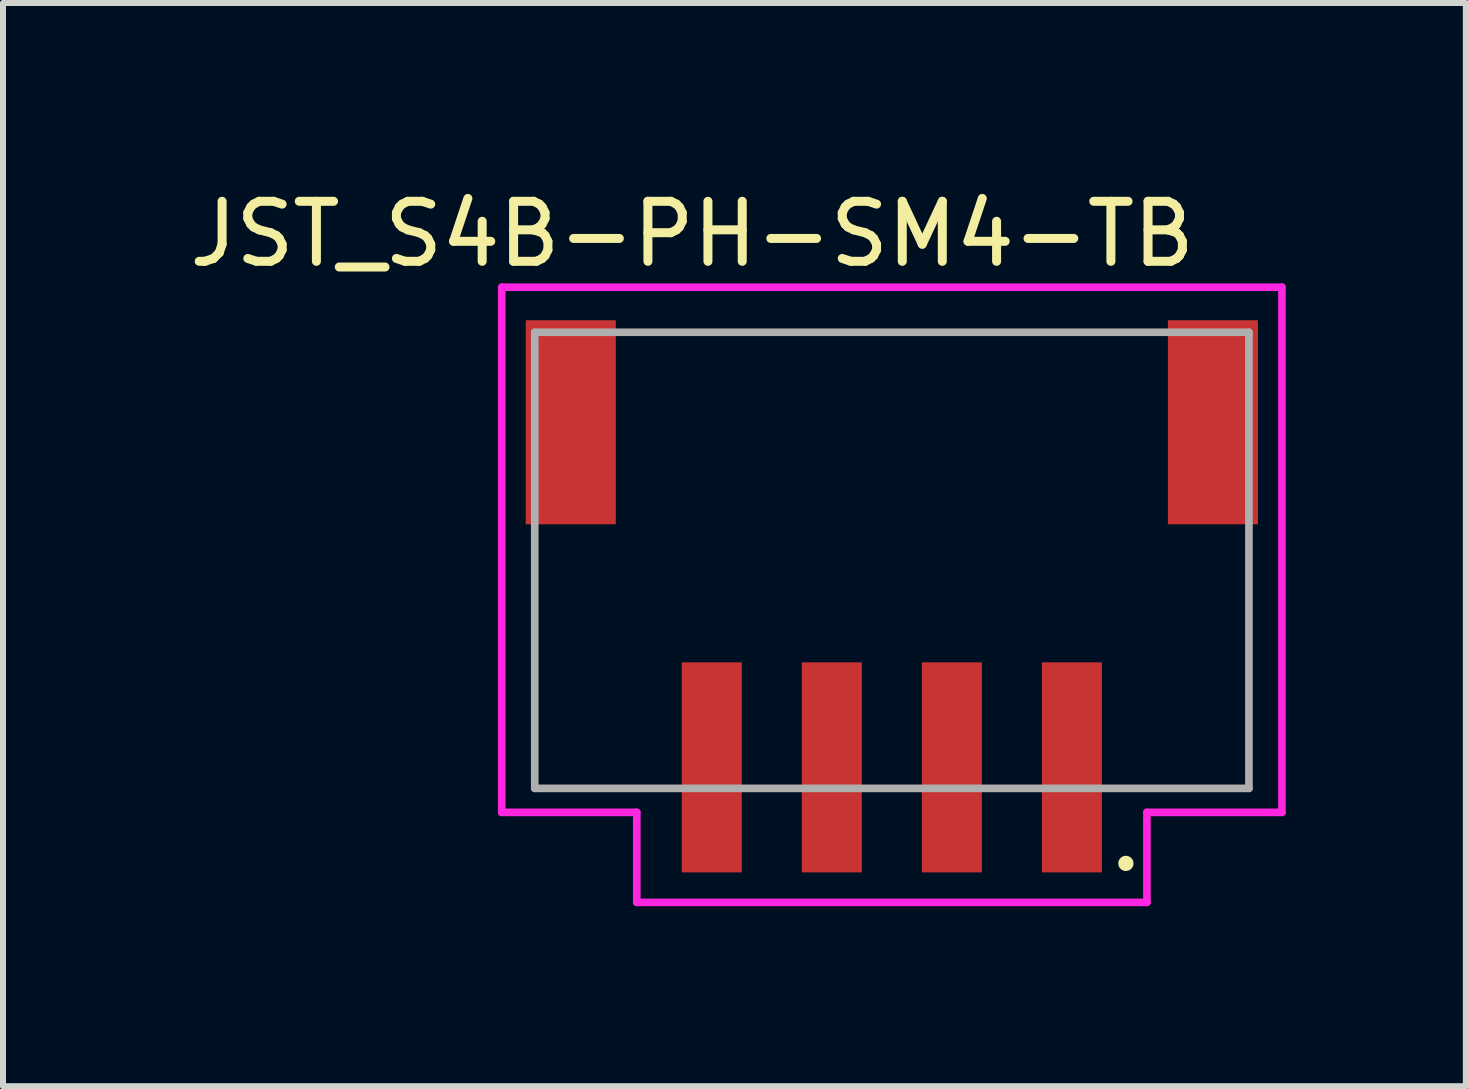
<source format=kicad_pcb>
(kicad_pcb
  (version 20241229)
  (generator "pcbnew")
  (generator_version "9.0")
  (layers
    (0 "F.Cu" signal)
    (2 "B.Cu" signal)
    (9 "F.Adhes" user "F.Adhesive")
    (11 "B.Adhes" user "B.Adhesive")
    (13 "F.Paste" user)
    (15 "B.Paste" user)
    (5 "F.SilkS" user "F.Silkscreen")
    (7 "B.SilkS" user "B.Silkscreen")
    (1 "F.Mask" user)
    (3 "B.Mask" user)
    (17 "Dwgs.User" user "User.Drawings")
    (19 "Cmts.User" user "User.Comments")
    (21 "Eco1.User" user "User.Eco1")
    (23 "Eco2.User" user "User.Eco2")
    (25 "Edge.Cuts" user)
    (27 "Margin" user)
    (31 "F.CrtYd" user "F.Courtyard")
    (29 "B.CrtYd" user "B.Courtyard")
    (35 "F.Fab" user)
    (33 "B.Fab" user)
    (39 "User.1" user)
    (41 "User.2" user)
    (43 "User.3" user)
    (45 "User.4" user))
  (footprint "JST_S4B-PH-SM4-TB"
    (layer "F.Cu")
    (at 11.81 9.736)
    (property "Reference" "JST_S4B-PH-SM4-TB" (at -3.326 -8.887 0) (layer "F.SilkS") (effects (font (size 1 1) (thickness 0.15))))
    (attr smd)
    (fp_circle (center 3.9 1.6) (end 4.027 1.6) (stroke (width 0) (type solid)) (fill yes) (layer "F.SilkS"))
    (fp_line (start -6.5 -8) (end 6.5 -8) (stroke (width 0.127) (type solid)) (layer "F.CrtYd"))
    (fp_line (start -6.5 0.75) (end -6.5 -8) (stroke (width 0.127) (type solid)) (layer "F.CrtYd"))
    (fp_line (start -4.25 0.75) (end -6.5 0.75) (stroke (width 0.127) (type solid)) (layer "F.CrtYd"))
    (fp_line (start -4.25 2.25) (end -4.25 0.75) (stroke (width 0.127) (type solid)) (layer "F.CrtYd"))
    (fp_line (start 4.25 0.75) (end 4.25 2.25) (stroke (width 0.127) (type solid)) (layer "F.CrtYd"))
    (fp_line (start 4.25 2.25) (end -4.25 2.25) (stroke (width 0.127) (type solid)) (layer "F.CrtYd"))
    (fp_line (start 6.5 -8) (end 6.5 0.75) (stroke (width 0.127) (type solid)) (layer "F.CrtYd"))
    (fp_line (start 6.5 0.75) (end 4.25 0.75) (stroke (width 0.127) (type solid)) (layer "F.CrtYd"))
    (fp_line (start -5.95 -7.25) (end -5.95 0.35) (stroke (width 0.127) (type solid)) (layer "F.Fab"))
    (fp_line (start -5.95 0.35) (end 5.95 0.35) (stroke (width 0.127) (type solid)) (layer "F.Fab"))
    (fp_line (start 5.95 -7.25) (end -5.95 -7.25) (stroke (width 0.127) (type solid)) (layer "F.Fab"))
    (fp_line (start 5.95 0.35) (end 5.95 -7.25) (stroke (width 0.127) (type solid)) (layer "F.Fab"))
    (pad "1" smd rect (at 3 0) (size 1 3.5) (layers "F.Cu" "F.Mask" "F.Paste"))
    (pad "2" smd rect (at 1 0) (size 1 3.5) (layers "F.Cu" "F.Mask" "F.Paste"))
    (pad "3" smd rect (at -1 0) (size 1 3.5) (layers "F.Cu" "F.Mask" "F.Paste"))
    (pad "4" smd rect (at -3 0) (size 1 3.5) (layers "F.Cu" "F.Mask" "F.Paste"))
    (pad "P1" smd rect (at 5.35 -5.75) (size 1.5 3.4) (layers "F.Cu" "F.Mask" "F.Paste"))
    (pad "P2" smd rect (at -5.35 -5.75) (size 1.5 3.4) (layers "F.Cu" "F.Mask" "F.Paste")))
  (gr_rect
    (start -3 -3)
    (end 21.374 15.049)
    (stroke (width 0.1) (type default))
    (fill no)
    (layer "Edge.Cuts")))
</source>
